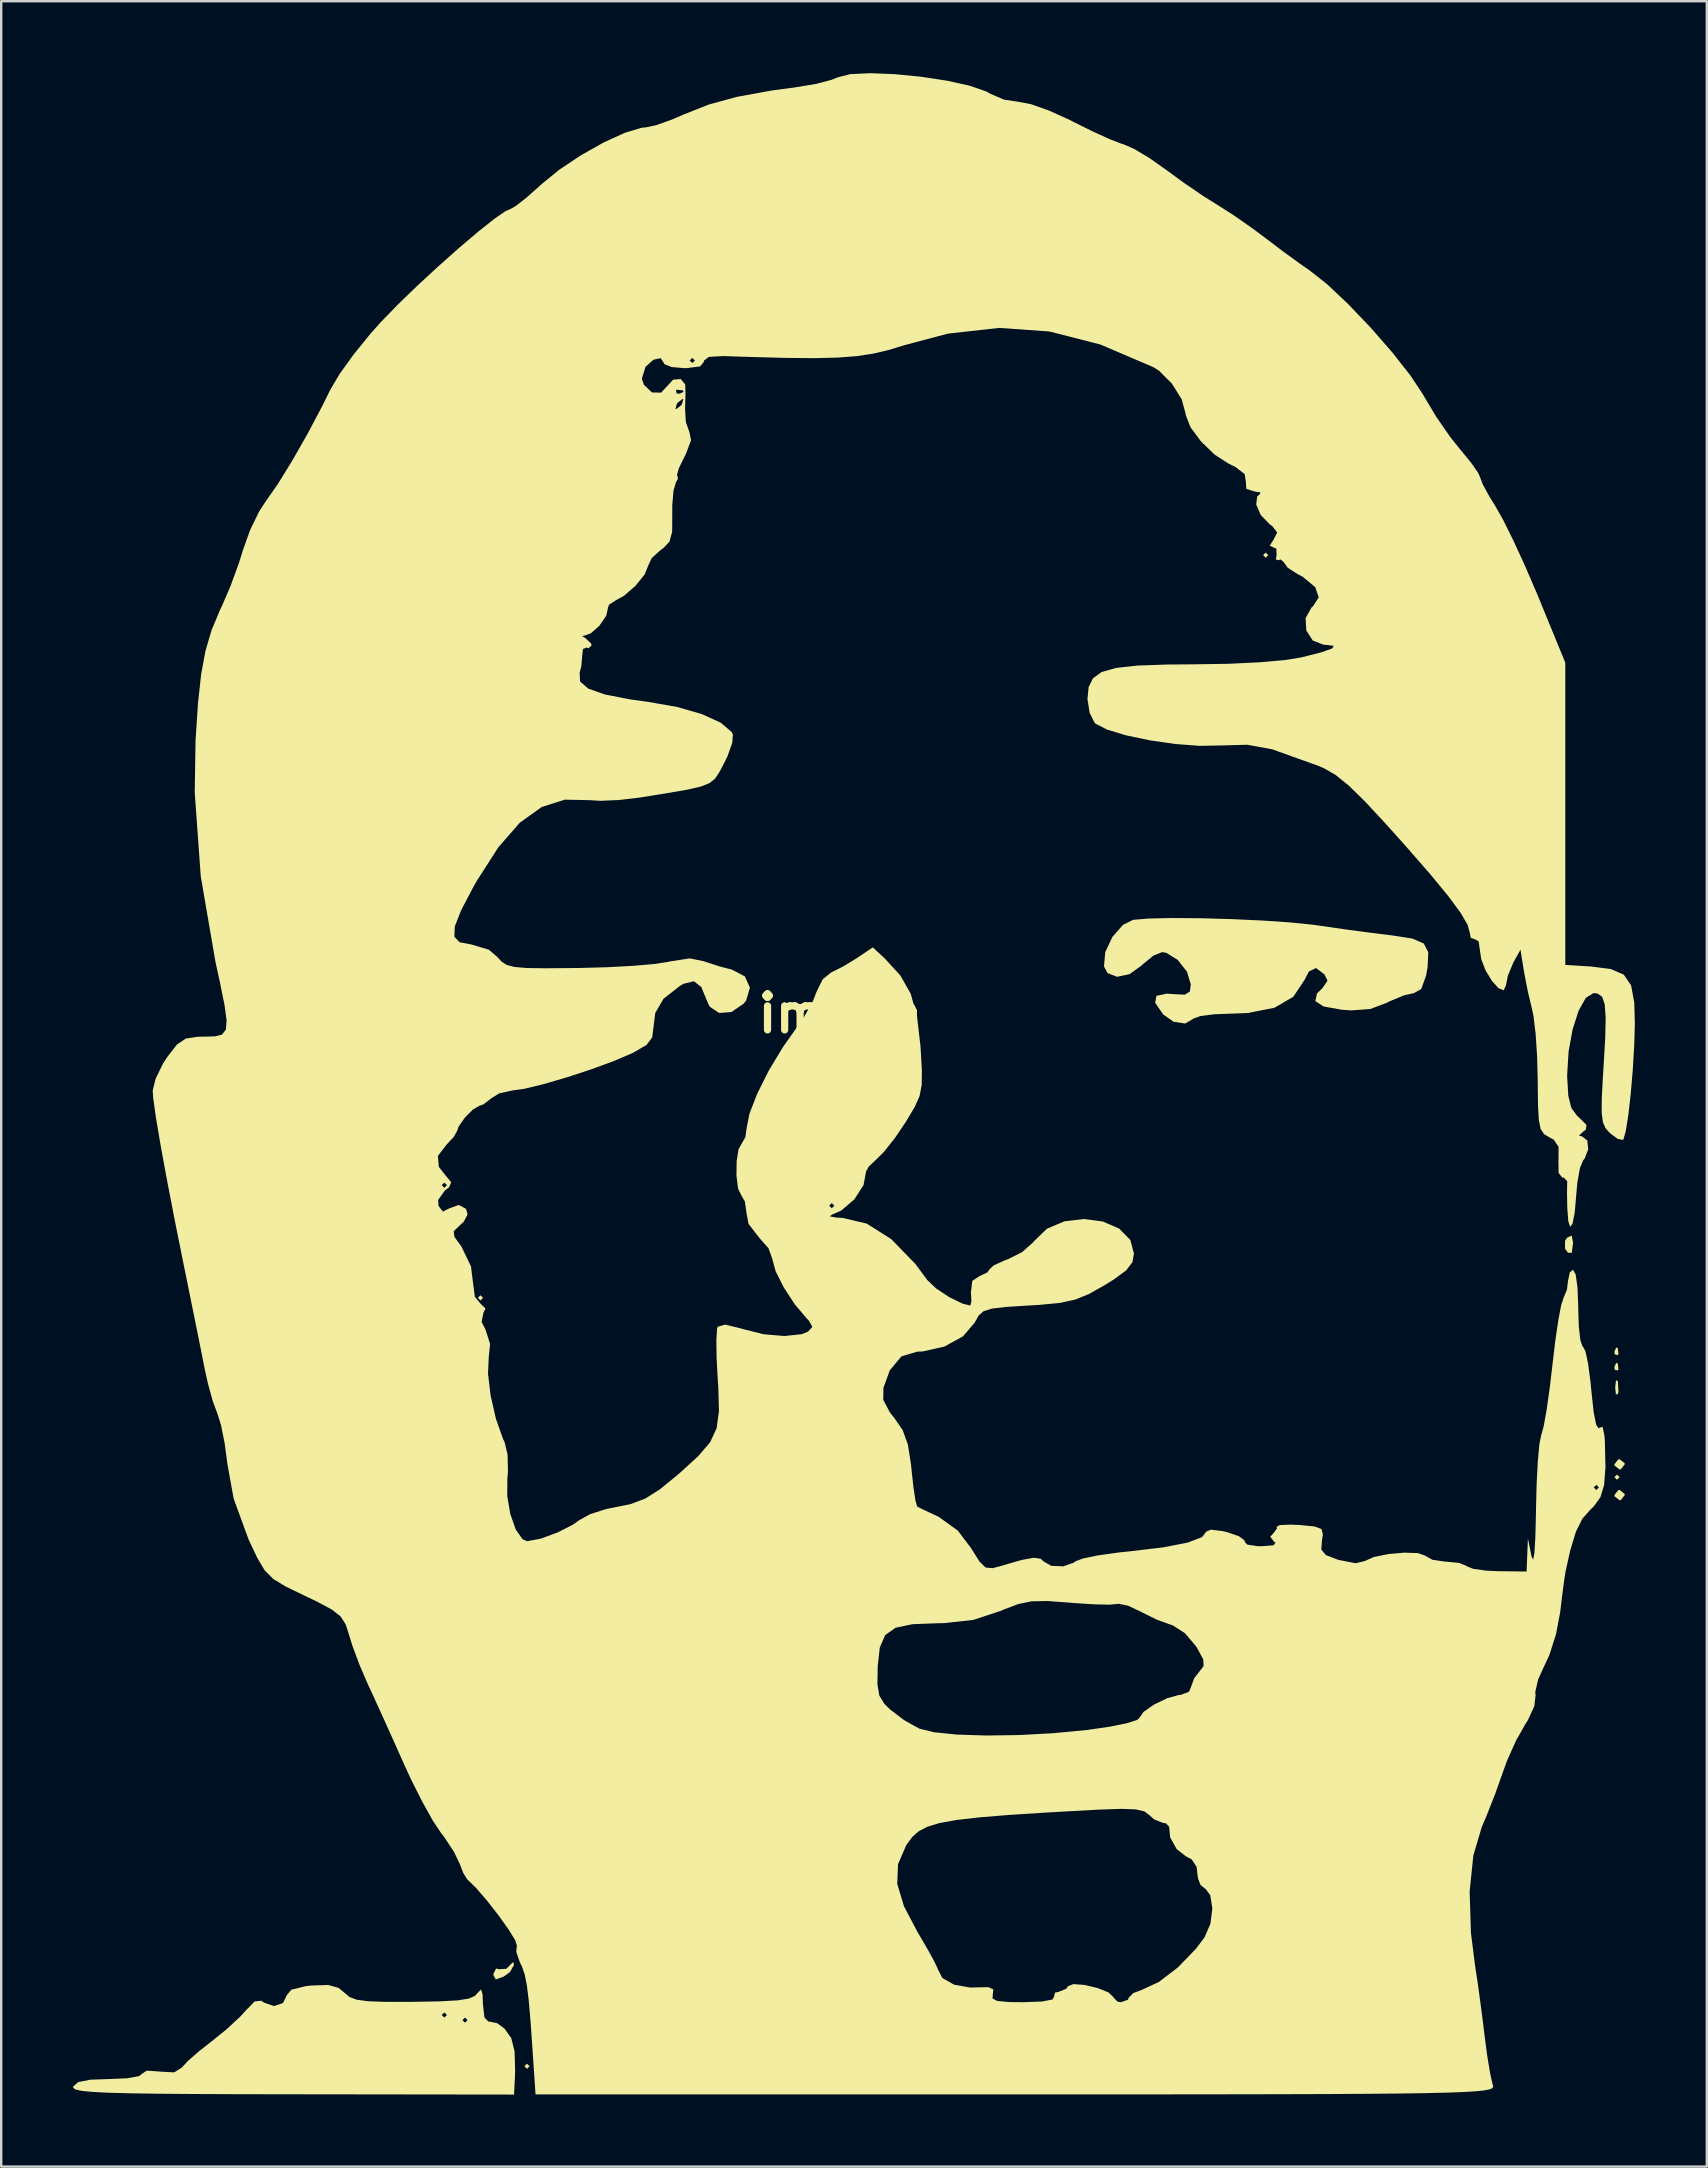
<source format=kicad_pcb>
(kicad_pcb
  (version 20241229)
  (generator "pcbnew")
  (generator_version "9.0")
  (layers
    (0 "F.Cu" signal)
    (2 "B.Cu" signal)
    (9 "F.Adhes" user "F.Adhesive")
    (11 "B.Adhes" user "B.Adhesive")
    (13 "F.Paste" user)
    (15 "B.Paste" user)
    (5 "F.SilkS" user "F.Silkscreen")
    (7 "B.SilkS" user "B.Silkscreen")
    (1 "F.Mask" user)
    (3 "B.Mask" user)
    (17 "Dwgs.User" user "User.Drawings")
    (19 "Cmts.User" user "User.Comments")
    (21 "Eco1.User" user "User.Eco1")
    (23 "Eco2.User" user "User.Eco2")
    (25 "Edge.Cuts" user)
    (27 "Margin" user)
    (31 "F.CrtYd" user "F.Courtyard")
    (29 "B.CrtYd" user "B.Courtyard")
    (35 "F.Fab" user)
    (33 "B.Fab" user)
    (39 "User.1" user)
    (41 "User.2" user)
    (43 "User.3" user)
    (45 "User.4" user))
  (footprint "image"
    (layer "F.Cu")
    (at 31.932 39.185)
    (property "Reference" "image" (at 0 0 0) (layer "F.SilkS") (effects (font (size 1.5 1.5) (thickness 0.3))))
    (attr board_only exclude_from_pos_files exclude_from_bom)
    (fp_poly (pts (xy -14.853 11.846) (xy -14.96 11.953) (xy -15.068 11.846) (xy -14.96 11.739)) (stroke (width 0) (type solid)) (fill yes) (layer "F.SilkS"))
    (fp_poly (pts (xy -12.915 43.863) (xy -13.023 43.97) (xy -13.131 43.863) (xy -13.023 43.756)) (stroke (width 0) (type solid)) (fill yes) (layer "F.SilkS"))
    (fp_poly (pts (xy 17.866 -19.103) (xy 17.758 -18.997) (xy 17.651 -19.103) (xy 17.758 -19.21)) (stroke (width 0) (type solid)) (fill yes) (layer "F.SilkS"))
    (fp_poly (pts (xy 32.503 19.317) (xy 32.396 19.424) (xy 32.288 19.317) (xy 32.396 19.21)) (stroke (width 0) (type solid)) (fill yes) (layer "F.SilkS"))
    (fp_poly (pts (xy 32.431 15.315) (xy 32.459 15.752) (xy 32.431 15.848) (xy 32.352 15.875) (xy 32.322 15.582) (xy 32.356 15.278)) (stroke (width 0) (type solid)) (fill yes) (layer "F.SilkS"))
    (fp_poly (pts (xy 32.432 13.945) (xy 32.457 14.198) (xy 32.432 14.23) (xy 32.304 14.2) (xy 32.288 14.087) (xy 32.367 13.912)) (stroke (width 0) (type solid)) (fill yes) (layer "F.SilkS"))
    (fp_poly (pts (xy 32.432 14.585) (xy 32.457 14.839) (xy 32.432 14.87) (xy 32.304 14.841) (xy 32.288 14.728) (xy 32.367 14.552)) (stroke (width 0) (type solid)) (fill yes) (layer "F.SilkS"))
    (fp_poly (pts (xy 30.566 9.553) (xy 30.566 9.562) (xy 30.513 9.97) (xy 30.355 9.965) (xy 30.232 9.8) (xy 30.232 9.468) (xy 30.327 9.33) (xy 30.511 9.251)) (stroke (width 0) (type solid)) (fill yes) (layer "F.SilkS"))
    (fp_poly (pts (xy 32.712 18.732) (xy 32.719 18.783) (xy 32.555 18.99) (xy 32.503 18.997) (xy 32.294 18.834) (xy 32.288 18.783) (xy 32.452 18.576) (xy 32.503 18.57)) (stroke (width 0) (type solid)) (fill yes) (layer "F.SilkS"))
    (fp_poly (pts (xy 32.712 20.013) (xy 32.719 20.064) (xy 32.555 20.271) (xy 32.503 20.277) (xy 32.294 20.115) (xy 32.288 20.064) (xy 32.452 19.857) (xy 32.503 19.85)) (stroke (width 0) (type solid)) (fill yes) (layer "F.SilkS"))
    (fp_poly (pts (xy -13.564 39.64) (xy -13.731 39.936) (xy -13.992 40.128) (xy -14.322 40.246) (xy -14.421 40.073) (xy -14.422 40.016) (xy -14.312 39.793) (xy -14.183 39.822) (xy -13.882 39.802) (xy -13.756 39.675) (xy -13.597 39.517)) (stroke (width 0) (type solid)) (fill yes) (layer "F.SilkS"))
    (fp_poly (pts (xy 15.038 -3.973) (xy 16.324 -3.937) (xy 17.605 -3.878) (xy 18.771 -3.799) (xy 19.715 -3.704) (xy 19.911 -3.676) (xy 20.972 -3.523) (xy 22.095 -3.372) (xy 23.03 -3.256) (xy 23.868 -3.126) (xy 24.345 -2.92) (xy 24.534 -2.554) (xy 24.505 -1.944) (xy 24.442 -1.58) (xy 24.238 -1.02) (xy 23.934 -0.854) (xy 23.51 -0.757) (xy 22.934 -0.517) (xy 22.811 -0.453) (xy 22.117 -0.19) (xy 21.317 -0.133) (xy 20.93 -0.16) (xy 20.169 -0.296) (xy 19.826 -0.52) (xy 19.896 -0.837) (xy 20.129 -1.069) (xy 20.334 -1.368) (xy 20.21 -1.629) (xy 19.852 -1.899) (xy 19.558 -1.753) (xy 19.383 -1.412) (xy 18.91 -0.702) (xy 18.124 -0.242) (xy 17.003 -0.023) (xy 16.393 0) (xy 15.624 0.028) (xy 15.035 0.103) (xy 14.749 0.207) (xy 14.745 0.213) (xy 14.403 0.414) (xy 13.921 0.34) (xy 13.487 0.037) (xy 13.154 -0.447) (xy 13.205 -0.739) (xy 13.636 -0.831) (xy 13.884 -0.813) (xy 14.39 -0.788) (xy 14.599 -0.919) (xy 14.637 -1.217) (xy 14.477 -1.747) (xy 14.089 -2.239) (xy 13.614 -2.534) (xy 13.443 -2.561) (xy 13.08 -2.415) (xy 12.64 -2.057) (xy 12.596 -2.011) (xy 12.085 -1.642) (xy 11.566 -1.533) (xy 11.165 -1.689) (xy 11.02 -1.966) (xy 11.073 -2.562) (xy 11.369 -3.191) (xy 11.808 -3.694) (xy 12.234 -3.907) (xy 12.885 -3.961) (xy 13.856 -3.982)) (stroke (width 0) (type solid)) (fill yes) (layer "F.SilkS"))
    (fp_poly (pts (xy -20.87 40.599) (xy -20.627 40.803) (xy -20.421 40.977) (xy -20.121 41.09) (xy -19.646 41.155) (xy -18.91 41.181) (xy -17.831 41.18) (xy -17.775 41.18) (xy -16.67 41.16) (xy -15.92 41.119) (xy -15.451 41.045) (xy -15.186 40.928) (xy -15.074 40.802) (xy -14.939 40.662) (xy -14.874 40.871) (xy -14.859 41.266) (xy -14.796 41.833) (xy -14.624 42.006) (xy -14.597 42) (xy -14.265 42.07) (xy -13.961 42.293) (xy -13.678 42.693) (xy -13.538 43.251) (xy -13.517 44.083) (xy -13.528 44.347) (xy -13.561 45.044) (xy -22.807 45.032) (xy -25.067 45.028) (xy -26.933 45.02) (xy -28.439 45.008) (xy -29.622 44.99) (xy -30.517 44.965) (xy -31.159 44.931) (xy -31.585 44.888) (xy -31.831 44.834) (xy -31.931 44.767) (xy -31.932 44.709) (xy -31.721 44.523) (xy -31.221 44.424) (xy -30.435 44.397) (xy -29.675 44.364) (xy -29.191 44.276) (xy -29.059 44.174) (xy -28.87 44.047) (xy -28.353 44.082) (xy -28.328 44.086) (xy -27.723 44.119) (xy -27.413 43.924) (xy -27.149 43.639) (xy -26.655 43.211) (xy -26.197 42.852) (xy -25.546 42.327) (xy -25.129 41.942) (xy -15.714 41.942) (xy -15.606 42.049) (xy -15.498 41.942) (xy -15.606 41.835) (xy -15.714 41.942) (xy -25.129 41.942) (xy -24.978 41.803) (xy -24.91 41.729) (xy -16.575 41.729) (xy -16.467 41.835) (xy -16.359 41.729) (xy -16.467 41.622) (xy -16.575 41.729) (xy -24.91 41.729) (xy -24.722 41.522) (xy -24.369 41.162) (xy -24.098 41.134) (xy -23.982 41.211) (xy -23.568 41.357) (xy -23.189 41.229) (xy -23.032 40.903) (xy -22.843 40.675) (xy -22.26 40.529) (xy -22.01 40.5) (xy -21.308 40.477)) (stroke (width 0) (type solid)) (fill yes) (layer "F.SilkS"))
    (fp_poly (pts (xy 2.302 -39.145) (xy 3.409 -39.036) (xy 4.488 -38.871) (xy 5.428 -38.662) (xy 6.118 -38.422) (xy 6.3 -38.319) (xy 6.859 -38.082) (xy 7.456 -37.993) (xy 7.976 -37.894) (xy 8.726 -37.629) (xy 9.565 -37.251) (xy 9.722 -37.17) (xy 10.532 -36.767) (xy 11.259 -36.436) (xy 11.771 -36.238) (xy 11.845 -36.218) (xy 12.29 -36.023) (xy 12.926 -35.641) (xy 13.589 -35.173) (xy 14.364 -34.607) (xy 15.163 -34.063) (xy 15.704 -33.724) (xy 16.392 -33.288) (xy 17.198 -32.726) (xy 17.727 -32.331) (xy 18.451 -31.782) (xy 19.168 -31.259) (xy 19.588 -30.968) (xy 20.322 -30.388) (xy 21.202 -29.558) (xy 22.135 -28.579) (xy 23.029 -27.556) (xy 23.788 -26.59) (xy 24.32 -25.786) (xy 24.356 -25.72) (xy 24.865 -24.868) (xy 25.462 -24.007) (xy 25.867 -23.502) (xy 26.313 -22.96) (xy 26.613 -22.53) (xy 26.692 -22.347) (xy 26.8 -22.058) (xy 27.08 -21.546) (xy 27.334 -21.136) (xy 27.658 -20.561) (xy 28.085 -19.698) (xy 28.564 -18.657) (xy 29.041 -17.549) (xy 29.11 -17.382) (xy 30.243 -14.621) (xy 30.243 -8.324) (xy 30.243 -2.028) (xy 31.318 -1.961) (xy 32.143 -1.857) (xy 32.68 -1.621) (xy 32.985 -1.176) (xy 33.118 -0.446) (xy 33.14 0.407) (xy 33.114 1.337) (xy 33.054 2.347) (xy 32.969 3.341) (xy 32.87 4.219) (xy 32.765 4.885) (xy 32.666 5.239) (xy 32.649 5.263) (xy 32.427 5.222) (xy 32.106 4.984) (xy 31.921 4.779) (xy 31.808 4.521) (xy 31.758 4.124) (xy 31.763 3.5) (xy 31.814 2.561) (xy 31.835 2.241) (xy 31.906 1.023) (xy 31.925 0.168) (xy 31.885 -0.386) (xy 31.777 -0.699) (xy 31.592 -0.833) (xy 31.419 -0.854) (xy 31.098 -0.656) (xy 30.799 -0.124) (xy 30.55 0.648) (xy 30.381 1.568) (xy 30.321 2.542) (xy 30.322 2.645) (xy 30.368 3.433) (xy 30.492 3.927) (xy 30.733 4.259) (xy 30.822 4.337) (xy 31.127 4.64) (xy 31.099 4.835) (xy 30.985 4.921) (xy 30.814 5.084) (xy 30.943 5.119) (xy 31.16 5.288) (xy 31.197 5.659) (xy 31.046 6.046) (xy 30.987 6.114) (xy 30.852 6.439) (xy 30.744 7.038) (xy 30.7 7.544) (xy 30.634 8.302) (xy 30.543 8.759) (xy 30.446 8.885) (xy 30.366 8.646) (xy 30.325 8.093) (xy 30.315 7.484) (xy 30.32 7.066) (xy 30.325 6.99) (xy 30.185 6.838) (xy 30.112 6.83) (xy 29.964 6.64) (xy 29.956 6.13) (xy 29.96 6.097) (xy 29.963 5.554) (xy 29.762 5.255) (xy 29.574 5.151) (xy 29.358 5.023) (xy 29.219 4.817) (xy 29.141 4.448) (xy 29.105 3.83) (xy 29.094 2.875) (xy 29.094 2.805) (xy 29.068 1.789) (xy 29.006 0.842) (xy 28.918 0.105) (xy 28.866 -0.144) (xy 28.677 -0.942) (xy 28.518 -1.766) (xy 28.511 -1.811) (xy 28.375 -2.661) (xy 28.079 -2.131) (xy 27.85 -1.58) (xy 27.769 -1.174) (xy 27.673 -0.968) (xy 27.457 -1.06) (xy 27.185 -1.363) (xy 26.924 -1.793) (xy 26.74 -2.262) (xy 26.692 -2.586) (xy 26.632 -3.006) (xy 26.481 -3.098) (xy 26.476 -3.095) (xy 26.303 -3.156) (xy 26.261 -3.373) (xy 26.17 -3.703) (xy 25.881 -4.198) (xy 25.372 -4.888) (xy 24.62 -5.802) (xy 23.602 -6.969) (xy 22.756 -7.912) (xy 21.892 -8.843) (xy 21.221 -9.499) (xy 20.672 -9.942) (xy 20.171 -10.231) (xy 19.85 -10.361) (xy 19.052 -10.645) (xy 18.266 -10.928) (xy 18.04 -11.01) (xy 16.996 -11.202) (xy 15.876 -11.172) (xy 15.007 -11.156) (xy 13.986 -11.234) (xy 12.927 -11.387) (xy 11.944 -11.593) (xy 11.152 -11.832) (xy 10.664 -12.083) (xy 10.635 -12.11) (xy 10.423 -12.525) (xy 10.332 -13.107) (xy 10.332 -13.118) (xy 10.381 -13.607) (xy 10.561 -13.973) (xy 10.925 -14.233) (xy 11.526 -14.403) (xy 12.416 -14.502) (xy 13.648 -14.545) (xy 14.712 -14.553) (xy 16.199 -14.575) (xy 17.528 -14.639) (xy 18.603 -14.737) (xy 19.233 -14.84) (xy 20.073 -15.052) (xy 20.532 -15.216) (xy 20.598 -15.324) (xy 20.255 -15.367) (xy 20.179 -15.368) (xy 19.72 -15.543) (xy 19.452 -15.963) (xy 19.42 -16.474) (xy 19.668 -16.921) (xy 19.729 -16.971) (xy 19.97 -17.344) (xy 19.821 -17.77) (xy 19.311 -18.193) (xy 19.084 -18.315) (xy 18.675 -18.579) (xy 18.512 -18.807) (xy 18.38 -18.925) (xy 18.299 -18.891) (xy 18.177 -18.926) (xy 18.214 -19.092) (xy 18.201 -19.375) (xy 18.078 -19.424) (xy 17.927 -19.495) (xy 18.089 -19.753) (xy 18.237 -20.045) (xy 18.043 -20.302) (xy 17.927 -20.387) (xy 17.554 -20.773) (xy 17.363 -21.209) (xy 17.404 -21.552) (xy 17.512 -21.638) (xy 17.535 -21.72) (xy 17.294 -21.755) (xy 16.95 -21.865) (xy 16.932 -22.159) (xy 16.884 -22.477) (xy 16.507 -22.772) (xy 16.213 -22.916) (xy 15.627 -23.294) (xy 15.06 -23.844) (xy 14.622 -24.437) (xy 14.424 -24.944) (xy 14.422 -24.991) (xy 14.258 -25.598) (xy 13.847 -26.255) (xy 13.308 -26.791) (xy 13.075 -26.937) (xy 10.871 -27.879) (xy 8.749 -28.422) (xy 6.651 -28.572) (xy 4.517 -28.333) (xy 2.691 -27.848) (xy 2.034 -27.647) (xy 1.399 -27.498) (xy 0.718 -27.395) (xy -0.079 -27.334) (xy -1.062 -27.311) (xy -2.299 -27.323) (xy -3.86 -27.365) (xy -4.843 -27.398) (xy -5.445 -27.364) (xy -5.653 -27.205) (xy -5.65 -27.161) (xy -5.806 -26.968) (xy -6.374 -26.895) (xy -6.458 -26.894) (xy -6.997 -26.941) (xy -7.297 -27.06) (xy -7.319 -27.108) (xy -7.389 -27.214) (xy -6.242 -27.214) (xy -6.135 -27.108) (xy -6.027 -27.214) (xy -6.135 -27.321) (xy -6.242 -27.214) (xy -7.389 -27.214) (xy -7.451 -27.309) (xy -7.754 -27.246) (xy -8.083 -26.951) (xy -8.237 -26.456) (xy -8.152 -26.203) (xy -7.817 -25.882) (xy -7.433 -25.874) (xy -7.345 -25.969) (xy -6.816 -25.969) (xy -6.787 -25.842) (xy -6.673 -25.827) (xy -6.496 -25.905) (xy -6.529 -25.969) (xy -6.785 -25.995) (xy -6.816 -25.969) (xy -7.345 -25.969) (xy -7.181 -26.147) (xy -6.934 -26.414) (xy -6.617 -26.442) (xy -6.43 -26.218) (xy -6.428 -26.2) (xy -6.418 -25.812) (xy -6.436 -25.241) (xy -6.437 -25.219) (xy -6.403 -24.65) (xy -6.266 -24.255) (xy -6.258 -24.244) (xy -6.187 -23.892) (xy -6.407 -23.306) (xy -6.464 -23.198) (xy -6.696 -22.717) (xy -6.775 -22.439) (xy -6.755 -22.412) (xy -6.736 -22.276) (xy -6.814 -22.145) (xy -6.918 -21.79) (xy -6.97 -21.177) (xy -6.969 -20.768) (xy -6.974 -20.081) (xy -7.081 -19.672) (xy -7.339 -19.397) (xy -7.447 -19.323) (xy -7.825 -18.98) (xy -7.964 -18.683) (xy -8.123 -18.291) (xy -8.511 -17.815) (xy -8.991 -17.401) (xy -9.312 -17.226) (xy -9.606 -17.036) (xy -9.643 -16.921) (xy -9.722 -16.576) (xy -10.01 -16.157) (xy -10.366 -15.843) (xy -10.545 -15.778) (xy -10.725 -15.727) (xy -10.601 -15.654) (xy -10.352 -15.423) (xy -10.332 -15.338) (xy -10.463 -15.223) (xy -10.534 -15.253) (xy -10.691 -15.191) (xy -10.713 -14.999) (xy -10.759 -14.474) (xy -10.829 -14.194) (xy -10.81 -13.837) (xy -10.471 -13.542) (xy -9.781 -13.297) (xy -8.708 -13.089) (xy -7.986 -12.99) (xy -6.77 -12.778) (xy -5.732 -12.478) (xy -4.947 -12.12) (xy -4.496 -11.734) (xy -4.443 -11.633) (xy -4.469 -11.282) (xy -4.667 -10.726) (xy -4.818 -10.418) (xy -5.01 -10.054) (xy -5.184 -9.793) (xy -5.414 -9.605) (xy -5.772 -9.462) (xy -6.333 -9.332) (xy -7.171 -9.187) (xy -8.35 -8.998) (xy -9.193 -8.899) (xy -9.973 -8.866) (xy -10.403 -8.893) (xy -11.445 -8.914) (xy -12.407 -8.609) (xy -13.321 -7.955) (xy -14.218 -6.928) (xy -15.131 -5.503) (xy -15.255 -5.282) (xy -15.766 -4.307) (xy -16.03 -3.631) (xy -16.05 -3.202) (xy -15.828 -2.97) (xy -15.366 -2.884) (xy -15.349 -2.883) (xy -14.614 -2.662) (xy -14.257 -2.357) (xy -14.078 -2.16) (xy -13.865 -2.026) (xy -13.544 -1.942) (xy -13.037 -1.899) (xy -12.269 -1.888) (xy -11.164 -1.897) (xy -10.855 -1.9) (xy -9.687 -1.931) (xy -8.606 -1.989) (xy -7.719 -2.066) (xy -7.134 -2.155) (xy -7.061 -2.174) (xy -6.235 -2.3) (xy -5.662 -2.182) (xy -4.994 -1.964) (xy -4.481 -1.831) (xy -3.944 -1.549) (xy -3.734 -1.079) (xy -3.891 -0.544) (xy -3.996 -0.412) (xy -4.503 -0.065) (xy -5.018 -0.025) (xy -5.408 -0.286) (xy -5.501 -0.48) (xy -5.76 -1.107) (xy -6.069 -1.348) (xy -6.495 -1.243) (xy -6.649 -1.153) (xy -7.338 -0.614) (xy -7.678 -0.026) (xy -7.749 0.545) (xy -7.805 0.994) (xy -8.042 1.307) (xy -8.566 1.613) (xy -8.664 1.661) (xy -9.42 1.984) (xy -10.363 2.329) (xy -11.375 2.661) (xy -12.336 2.941) (xy -13.13 3.133) (xy -13.626 3.202) (xy -14.178 3.323) (xy -14.499 3.522) (xy -14.839 3.783) (xy -15.005 3.842) (xy -15.275 3.996) (xy -15.617 4.344) (xy -15.876 4.716) (xy -15.929 4.879) (xy -16.073 5.14) (xy -16.359 5.443) (xy -16.735 5.928) (xy -16.697 6.386) (xy -16.425 6.734) (xy -16.182 7.029) (xy -16.269 7.237) (xy -16.452 7.38) (xy -16.726 7.765) (xy -16.707 8.018) (xy -16.53 8.251) (xy -16.259 8.117) (xy -15.866 7.975) (xy -15.563 8.138) (xy -15.498 8.367) (xy -15.654 8.669) (xy -15.859 8.859) (xy -16.076 9.067) (xy -16.046 9.303) (xy -15.752 9.712) (xy -15.356 10.536) (xy -15.283 11.135) (xy -15.194 11.805) (xy -14.955 12.091) (xy -14.751 12.289) (xy -14.841 12.473) (xy -14.913 12.85) (xy -14.757 13.152) (xy -14.561 13.761) (xy -14.616 14.311) (xy -14.647 15.007) (xy -14.537 15.922) (xy -14.317 16.885) (xy -14.02 17.726) (xy -13.954 17.863) (xy -13.832 18.373) (xy -13.816 19.092) (xy -13.84 19.357) (xy -13.845 20.105) (xy -13.717 20.857) (xy -13.493 21.495) (xy -13.21 21.901) (xy -13.014 21.985) (xy -12.45 21.88) (xy -11.743 21.62) (xy -11.104 21.293) (xy -10.87 21.124) (xy -10.391 20.857) (xy -9.71 20.642) (xy -9.471 20.595) (xy -8.708 20.441) (xy -8.098 20.211) (xy -7.494 19.83) (xy -6.749 19.223) (xy -6.676 19.16) (xy -5.896 18.45) (xy -5.394 17.866) (xy -5.121 17.28) (xy -5.024 16.564) (xy -5.05 15.591) (xy -5.075 15.226) (xy -5.122 14.341) (xy -5.132 13.612) (xy -5.104 13.147) (xy -5.077 13.05) (xy -4.77 12.96) (xy -4.115 13.118) (xy -4.057 13.138) (xy -3.174 13.36) (xy -2.298 13.436) (xy -1.582 13.36) (xy -1.31 13.25) (xy -1.132 13.056) (xy -1.275 12.798) (xy -1.383 12.685) (xy -1.869 12.107) (xy -2.323 11.411) (xy -2.66 10.741) (xy -2.798 10.241) (xy -2.798 10.227) (xy -2.959 9.779) (xy -3.336 9.353) (xy -3.791 8.765) (xy -3.875 8.321) (xy -3.919 8.004) (xy -0.431 8.004) (xy -0.323 8.111) (xy -0.215 8.004) (xy -0.323 7.897) (xy -0.431 8.004) (xy -3.919 8.004) (xy -3.943 7.834) (xy -4.09 7.577) (xy -4.228 7.289) (xy -4.294 6.755) (xy -4.287 6.15) (xy -4.207 5.65) (xy -4.09 5.443) (xy -3.922 5.148) (xy -3.875 4.796) (xy -3.753 4.173) (xy -3.423 3.324) (xy -2.94 2.361) (xy -2.358 1.397) (xy -1.933 0.796) (xy -1.464 0.116) (xy -1.105 -0.526) (xy -0.955 -0.915) (xy -0.701 -1.428) (xy -0.357 -1.708) (xy 0.147 -1.96) (xy 0.725 -2.313) (xy 0.747 -2.328) (xy 1.387 -2.76) (xy 1.891 -2.291) (xy 2.536 -1.587) (xy 2.966 -0.826) (xy 3.229 0.111) (xy 3.372 1.343) (xy 3.379 1.438) (xy 3.431 2.349) (xy 3.425 2.97) (xy 3.336 3.438) (xy 3.135 3.889) (xy 2.796 4.459) (xy 2.78 4.486) (xy 2.318 5.172) (xy 1.86 5.752) (xy 1.571 6.042) (xy 1.227 6.365) (xy 1.106 6.576) (xy 1.001 7.148) (xy 0.617 7.741) (xy 0.069 8.211) (xy -0.323 8.381) (xy -0.406 8.45) (xy -0.121 8.501) (xy 0.12 8.513) (xy 1.133 8.751) (xy 2.155 9.397) (xy 3.16 10.431) (xy 3.659 11.105) (xy 4.021 11.452) (xy 4.572 11.815) (xy 5.129 12.087) (xy 5.452 12.166) (xy 5.495 11.984) (xy 5.476 11.609) (xy 5.532 11.139) (xy 5.828 10.943) (xy 6.168 10.781) (xy 6.242 10.664) (xy 6.426 10.492) (xy 6.878 10.286) (xy 7.003 10.243) (xy 7.61 9.939) (xy 8.066 9.534) (xy 8.094 9.495) (xy 8.645 8.963) (xy 9.375 8.655) (xy 10.185 8.56) (xy 10.978 8.666) (xy 11.655 8.961) (xy 12.118 9.433) (xy 12.269 10.002) (xy 12.202 10.366) (xy 11.948 10.698) (xy 11.424 11.083) (xy 11.042 11.32) (xy 10.389 11.687) (xy 9.819 11.919) (xy 9.182 12.056) (xy 8.328 12.138) (xy 7.869 12.165) (xy 6.944 12.223) (xy 6.354 12.292) (xy 6.002 12.403) (xy 5.795 12.586) (xy 5.635 12.873) (xy 5.631 12.88) (xy 5.144 13.45) (xy 4.375 13.873) (xy 3.466 14.079) (xy 3.241 14.087) (xy 2.581 14.282) (xy 2.093 14.868) (xy 1.829 15.601) (xy 1.823 16.098) (xy 2.102 16.624) (xy 2.279 16.845) (xy 2.631 17.355) (xy 2.848 17.955) (xy 2.98 18.798) (xy 3 19.003) (xy 3.081 19.744) (xy 3.165 20.294) (xy 3.234 20.538) (xy 3.236 20.54) (xy 3.479 20.665) (xy 3.961 20.891) (xy 4.128 20.967) (xy 4.929 21.544) (xy 5.484 22.277) (xy 5.829 22.83) (xy 6.089 23.084) (xy 6.386 23.109) (xy 6.737 23.014) (xy 7.575 22.77) (xy 8.097 22.674) (xy 8.386 22.718) (xy 8.49 22.819) (xy 8.824 23.012) (xy 9.326 23.032) (xy 9.769 22.876) (xy 9.829 22.825) (xy 10.133 22.708) (xy 10.758 22.579) (xy 11.597 22.46) (xy 12.094 22.407) (xy 13.505 22.24) (xy 14.513 22.042) (xy 15.108 21.815) (xy 15.283 21.586) (xy 15.469 21.505) (xy 15.962 21.564) (xy 16.141 21.606) (xy 16.644 21.779) (xy 16.883 21.955) (xy 16.882 22.01) (xy 16.993 22.128) (xy 17.413 22.191) (xy 17.584 22.195) (xy 18.085 22.157) (xy 18.168 22.052) (xy 18.112 22.008) (xy 17.946 21.799) (xy 18.062 21.677) (xy 18.229 21.453) (xy 18.213 21.383) (xy 18.35 21.313) (xy 18.8 21.295) (xy 19.168 21.311) (xy 19.79 21.37) (xy 20.082 21.477) (xy 20.142 21.701) (xy 20.102 21.951) (xy 20.076 22.334) (xy 20.266 22.564) (xy 20.772 22.758) (xy 20.808 22.769) (xy 21.502 22.903) (xy 21.877 22.815) (xy 22.267 22.644) (xy 22.87 22.522) (xy 23.53 22.463) (xy 24.093 22.48) (xy 24.405 22.586) (xy 24.415 22.599) (xy 24.714 22.762) (xy 25.24 22.838) (xy 25.292 22.839) (xy 25.819 22.89) (xy 26.128 23.015) (xy 26.14 23.03) (xy 26.405 23.138) (xy 26.96 23.214) (xy 27.444 23.235) (xy 28.629 23.249) (xy 28.657 22.564) (xy 28.685 21.878) (xy 28.838 22.625) (xy 28.902 22.755) (xy 28.955 22.48) (xy 28.995 21.818) (xy 29.02 20.793) (xy 29.022 20.641) (xy 29.044 19.744) (xy 31.427 19.744) (xy 31.535 19.85) (xy 31.642 19.744) (xy 31.535 19.637) (xy 31.427 19.744) (xy 29.044 19.744) (xy 29.049 19.576) (xy 29.098 18.645) (xy 29.163 17.942) (xy 29.238 17.562) (xy 29.245 17.546) (xy 29.341 17.199) (xy 29.462 16.525) (xy 29.591 15.622) (xy 29.709 14.621) (xy 29.829 13.61) (xy 29.956 12.752) (xy 30.073 12.137) (xy 30.166 11.857) (xy 30.314 11.496) (xy 30.351 11.163) (xy 30.43 10.783) (xy 30.566 10.672) (xy 30.675 10.871) (xy 30.75 11.409) (xy 30.781 12.198) (xy 30.781 12.273) (xy 30.805 13.038) (xy 30.869 13.604) (xy 30.959 13.867) (xy 30.977 13.874) (xy 31.082 14.071) (xy 31.194 14.597) (xy 31.294 15.354) (xy 31.327 15.71) (xy 31.424 16.604) (xy 31.53 17.14) (xy 31.638 17.287) (xy 31.666 17.258) (xy 31.798 17.221) (xy 31.877 17.607) (xy 31.891 17.823) (xy 31.916 18.893) (xy 31.861 19.638) (xy 31.705 20.154) (xy 31.427 20.539) (xy 31.295 20.662) (xy 30.954 21.049) (xy 30.683 21.594) (xy 30.442 22.395) (xy 30.25 23.266) (xy 30.193 23.638) (xy 30.108 24.283) (xy 30.03 24.939) (xy 29.856 25.858) (xy 29.579 26.729) (xy 29.384 27.146) (xy 29.109 27.751) (xy 28.992 28.269) (xy 29.003 28.412) (xy 28.953 28.854) (xy 28.681 29.448) (xy 28.571 29.62) (xy 28.186 30.301) (xy 27.81 31.145) (xy 27.65 31.586) (xy 27.324 32.506) (xy 26.935 33.491) (xy 26.765 33.886) (xy 26.41 35.084) (xy 26.257 36.582) (xy 26.31 38.302) (xy 26.472 39.594) (xy 26.604 40.47) (xy 26.749 41.541) (xy 26.878 42.574) (xy 26.879 42.582) (xy 26.991 43.436) (xy 27.11 44.157) (xy 27.213 44.613) (xy 27.23 44.663) (xy 27.239 44.727) (xy 27.195 44.782) (xy 27.072 44.831) (xy 26.844 44.873) (xy 26.486 44.909) (xy 25.972 44.939) (xy 25.278 44.964) (xy 24.378 44.985) (xy 23.246 45.001) (xy 21.857 45.013) (xy 20.186 45.023) (xy 18.206 45.029) (xy 15.893 45.033) (xy 13.222 45.036) (xy 10.166 45.037) (xy 7.358 45.037) (xy -12.667 45.037) (xy -12.785 43.276) (xy -12.873 42.019) (xy -12.951 41.111) (xy -13.03 40.475) (xy -13.119 40.035) (xy -13.231 39.713) (xy -13.318 39.536) (xy -13.47 39.093) (xy -13.445 38.834) (xy -13.52 38.602) (xy -13.801 38.148) (xy -14.215 37.569) (xy -14.687 36.966) (xy -15.142 36.437) (xy -15.321 36.262) (xy 2.405 36.262) (xy 2.685 37.195) (xy 3.229 38.232) (xy 3.635 38.927) (xy 3.939 39.476) (xy 4.084 39.782) (xy 4.09 39.807) (xy 4.283 40.185) (xy 4.777 40.466) (xy 5.445 40.584) (xy 5.655 40.579) (xy 6.201 40.568) (xy 6.41 40.661) (xy 6.387 40.856) (xy 6.376 41.04) (xy 6.574 41.143) (xy 7.063 41.188) (xy 7.661 41.195) (xy 8.444 41.166) (xy 8.873 41.082) (xy 8.933 40.982) (xy 8.978 40.796) (xy 9.118 40.768) (xy 9.45 40.634) (xy 9.514 40.534) (xy 9.743 40.44) (xy 10.207 40.476) (xy 10.746 40.603) (xy 11.199 40.782) (xy 11.407 40.976) (xy 11.408 40.99) (xy 11.583 41.172) (xy 11.731 41.195) (xy 12.018 41.092) (xy 12.054 41.005) (xy 12.237 40.817) (xy 12.596 40.68) (xy 13.306 40.352) (xy 14.097 39.748) (xy 14.849 38.971) (xy 15.212 38.49) (xy 15.456 37.921) (xy 15.536 37.282) (xy 15.449 36.738) (xy 15.263 36.487) (xy 15.042 36.309) (xy 14.935 36.029) (xy 14.879 35.553) (xy 14.676 35.245) (xy 14.433 35.115) (xy 14.052 34.82) (xy 13.778 34.329) (xy 13.734 33.884) (xy 13.604 33.74) (xy 13.48 33.724) (xy 13.104 33.574) (xy 12.909 33.397) (xy 12.702 33.244) (xy 12.341 33.16) (xy 11.741 33.138) (xy 10.817 33.17) (xy 10.569 33.183) (xy 8.619 33.292) (xy 7.053 33.393) (xy 5.821 33.493) (xy 4.877 33.602) (xy 4.174 33.728) (xy 3.664 33.882) (xy 3.3 34.072) (xy 3.034 34.306) (xy 2.82 34.595) (xy 2.77 34.674) (xy 2.437 35.448) (xy 2.405 36.262) (xy -15.321 36.262) (xy -15.505 36.083) (xy -15.518 36.072) (xy -15.681 35.806) (xy -15.823 35.435) (xy -16.063 34.934) (xy -16.46 34.331) (xy -16.596 34.154) (xy -16.94 33.64) (xy -17.38 32.853) (xy -17.851 31.917) (xy -18.149 31.27) (xy -18.608 30.242) (xy -19.07 29.218) (xy -19.468 28.346) (xy -19.647 27.961) (xy -19.654 27.945) (xy 1.579 27.945) (xy 1.657 28.415) (xy 1.868 28.76) (xy 2.098 28.99) (xy 2.699 29.446) (xy 3.323 29.795) (xy 3.94 29.947) (xy 4.893 30.043) (xy 6.096 30.082) (xy 7.459 30.064) (xy 8.892 29.987) (xy 10.308 29.852) (xy 10.386 29.842) (xy 11.28 29.711) (xy 11.983 29.568) (xy 12.405 29.432) (xy 12.486 29.36) (xy 12.667 29.099) (xy 13.105 28.793) (xy 13.649 28.53) (xy 14.143 28.393) (xy 14.224 28.388) (xy 14.564 28.257) (xy 14.637 28.083) (xy 14.779 27.695) (xy 14.977 27.442) (xy 15.171 27.189) (xy 15.156 26.911) (xy 14.914 26.46) (xy 14.851 26.359) (xy 14.395 25.82) (xy 13.887 25.492) (xy 13.819 25.471) (xy 13.24 25.263) (xy 12.596 24.946) (xy 12.543 24.916) (xy 12.017 24.671) (xy 11.619 24.591) (xy 11.568 24.602) (xy 11.238 24.63) (xy 10.604 24.616) (xy 9.787 24.563) (xy 9.579 24.545) (xy 8.659 24.478) (xy 8.004 24.49) (xy 7.45 24.603) (xy 6.837 24.835) (xy 6.701 24.894) (xy 5.575 25.265) (xy 4.344 25.4) (xy 4.118 25.403) (xy 3.049 25.443) (xy 2.334 25.592) (xy 1.901 25.9) (xy 1.677 26.421) (xy 1.591 27.202) (xy 1.579 27.945) (xy -19.654 27.945) (xy -19.999 27.143) (xy -20.305 26.32) (xy -20.433 25.903) (xy -20.578 25.452) (xy -20.787 25.123) (xy -21.153 24.834) (xy -21.768 24.505) (xy -22.281 24.259) (xy -23.076 23.875) (xy -23.595 23.56) (xy -23.952 23.201) (xy -24.259 22.685) (xy -24.623 21.915) (xy -25.246 20.212) (xy -25.508 18.757) (xy -25.622 17.901) (xy -25.772 17.149) (xy -25.925 16.66) (xy -25.931 16.649) (xy -26.117 16.147) (xy -26.319 15.411) (xy -26.447 14.834) (xy -26.59 14.109) (xy -26.792 13.104) (xy -27.025 11.954) (xy -27.242 10.886) (xy -27.664 8.794) (xy -27.983 7.15) (xy -16.575 7.15) (xy -16.467 7.257) (xy -16.359 7.15) (xy -16.467 7.044) (xy -16.575 7.15) (xy -27.983 7.15) (xy -28.015 6.985) (xy -28.29 5.486) (xy -28.486 4.326) (xy -28.596 3.533) (xy -28.619 3.202) (xy -28.495 2.708) (xy -28.188 2.082) (xy -28.016 1.814) (xy -27.61 1.291) (xy -27.24 1.041) (xy -26.73 0.964) (xy -26.463 0.961) (xy -26.023 0.949) (xy -25.73 0.874) (xy -25.572 0.673) (xy -25.54 0.282) (xy -25.627 -0.36) (xy -25.821 -1.316) (xy -26 -2.134) (xy -26.617 -5.719) (xy -26.868 -9.209) (xy -26.834 -11.374) (xy -26.733 -12.92) (xy -26.601 -14.137) (xy -26.418 -15.124) (xy -26.165 -15.979) (xy -25.823 -16.799) (xy -25.741 -16.969) (xy -25.38 -17.806) (xy -25.024 -18.78) (xy -24.857 -19.317) (xy -24.56 -20.149) (xy -24.181 -20.928) (xy -23.924 -21.323) (xy -23.421 -22.041) (xy -22.809 -23.032) (xy -22.157 -24.176) (xy -21.616 -25.2) (xy -6.835 -25.2) (xy -6.806 -25.187) (xy -6.609 -25.337) (xy -6.565 -25.4) (xy -6.51 -25.6) (xy -6.54 -25.613) (xy -6.736 -25.463) (xy -6.781 -25.4) (xy -6.835 -25.2) (xy -21.616 -25.2) (xy -21.533 -25.357) (xy -21.218 -25.998) (xy -20.833 -26.649) (xy -20.24 -27.473) (xy -19.535 -28.341) (xy -19.111 -28.816) (xy -18.407 -29.541) (xy -17.585 -30.336) (xy -16.708 -31.146) (xy -15.839 -31.917) (xy -15.042 -32.593) (xy -14.379 -33.119) (xy -13.915 -33.439) (xy -13.74 -33.511) (xy -13.493 -33.648) (xy -13.035 -34.009) (xy -12.46 -34.519) (xy -12.411 -34.565) (xy -11.668 -35.171) (xy -10.769 -35.769) (xy -9.826 -36.299) (xy -8.95 -36.7) (xy -8.255 -36.91) (xy -8.072 -36.928) (xy -7.65 -37.017) (xy -7.004 -37.245) (xy -6.458 -37.479) (xy -5.445 -37.88) (xy -4.275 -38.199) (xy -2.844 -38.461) (xy -1.722 -38.614) (xy -0.965 -38.742) (xy -0.324 -38.911) (xy -0.073 -39.013) (xy 0.449 -39.146) (xy 1.278 -39.185)) (stroke (width 0) (type solid)) (fill yes) (layer "F.SilkS")))
  (gr_rect
    (start -3 -3)
    (end 68.072 87.229)
    (stroke (width 0.1) (type default))
    (fill no)
    (layer "Edge.Cuts")))
</source>
